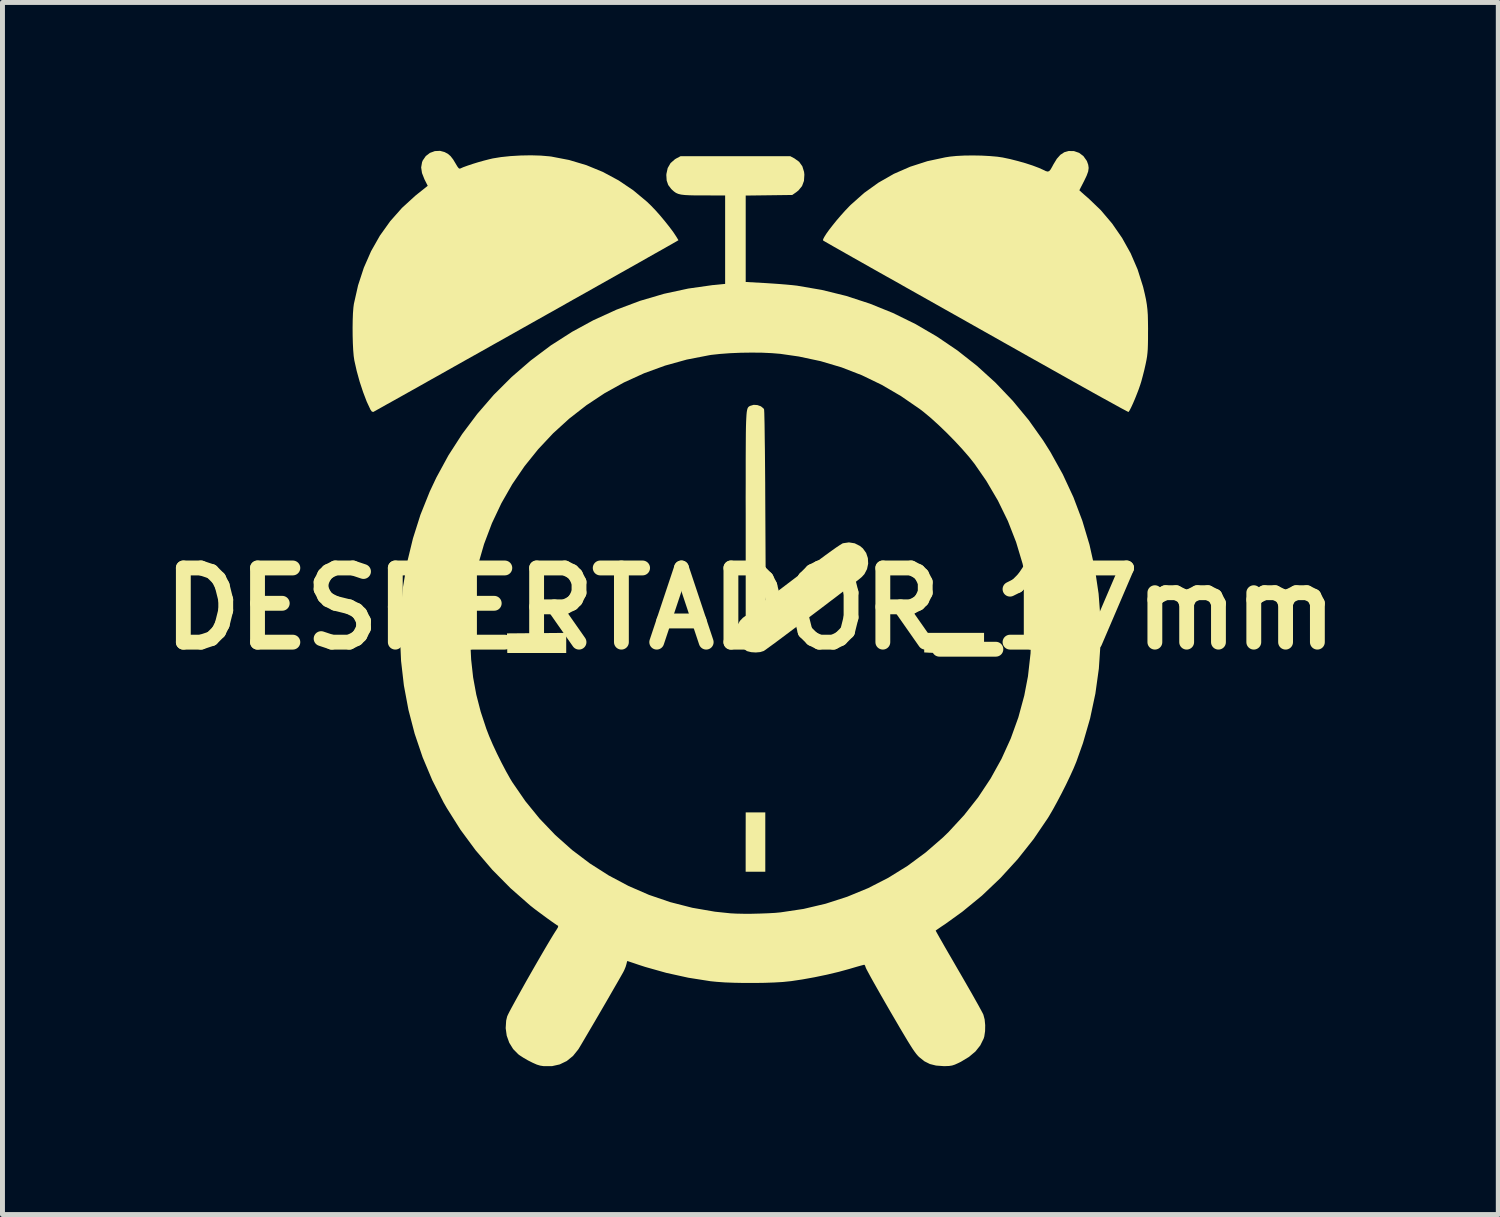
<source format=kicad_pcb>
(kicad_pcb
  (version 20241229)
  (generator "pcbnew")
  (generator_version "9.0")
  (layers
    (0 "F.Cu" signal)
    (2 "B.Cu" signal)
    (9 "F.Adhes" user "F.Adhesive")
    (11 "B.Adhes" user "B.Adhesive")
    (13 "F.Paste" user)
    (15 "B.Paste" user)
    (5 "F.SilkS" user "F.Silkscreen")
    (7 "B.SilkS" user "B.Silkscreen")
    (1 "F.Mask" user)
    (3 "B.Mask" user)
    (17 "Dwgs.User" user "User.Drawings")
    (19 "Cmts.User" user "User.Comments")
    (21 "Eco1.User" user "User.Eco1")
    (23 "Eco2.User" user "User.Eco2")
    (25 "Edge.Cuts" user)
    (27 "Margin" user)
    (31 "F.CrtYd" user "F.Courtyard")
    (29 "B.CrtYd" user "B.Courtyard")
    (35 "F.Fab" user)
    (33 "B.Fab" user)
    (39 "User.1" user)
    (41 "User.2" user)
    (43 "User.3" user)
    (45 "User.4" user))
  (footprint "DESPERTADOR_17mm"
    (layer "F.Cu")
    (at 12.121 9.255)
    (property "Reference" "DESPERTADOR_17mm" (at 0 0 0) (layer "F.SilkS") (effects (font (size 1.5 1.5) (thickness 0.3))))
    (attr board_only exclude_from_pos_files exclude_from_bom)
    (fp_poly (pts (xy 0.302 4.72) (xy 0.302 5.32) (xy 0.104 5.32) (xy -0.095 5.32) (xy -0.095 4.72) (xy -0.094 4.12) (xy 0.104 4.12) (xy 0.302 4.12)) (stroke (width 0) (type solid)) (fill yes) (layer "F.SilkS"))
    (fp_poly (pts (xy 4.725 0.695) (xy 4.725 0.898) (xy 4.229 0.898) (xy 4.089 0.897) (xy 3.956 0.897) (xy 3.835 0.896) (xy 3.735 0.895) (xy 3.66 0.893) (xy 3.624 0.892) (xy 3.515 0.886) (xy 3.515 0.689) (xy 3.515 0.491) (xy 4.12 0.491) (xy 4.725 0.491)) (stroke (width 0) (type solid)) (fill yes) (layer "F.SilkS"))
    (fp_poly (pts (xy -3.723 0.694) (xy -3.723 0.898) (xy -4.318 0.898) (xy -4.464 0.898) (xy -4.597 0.898) (xy -4.712 0.898) (xy -4.806 0.898) (xy -4.873 0.898) (xy -4.909 0.898) (xy -4.914 0.898) (xy -4.915 0.88) (xy -4.916 0.833) (xy -4.917 0.763) (xy -4.918 0.699) (xy -4.921 0.501) (xy -4.322 0.496) (xy -3.723 0.491)) (stroke (width 0) (type solid)) (fill yes) (layer "F.SilkS"))
    (fp_poly (pts (xy 0.143 -4.115) (xy 0.213 -4.09) (xy 0.265 -4.048) (xy 0.277 -4.029) (xy 0.279 -4.006) (xy 0.282 -3.948) (xy 0.284 -3.857) (xy 0.287 -3.736) (xy 0.289 -3.588) (xy 0.291 -3.414) (xy 0.294 -3.218) (xy 0.296 -3.003) (xy 0.298 -2.77) (xy 0.3 -2.522) (xy 0.301 -2.263) (xy 0.302 -2.083) (xy 0.312 -0.169) (xy 1.056 -0.734) (xy 1.227 -0.863) (xy 1.382 -0.979) (xy 1.52 -1.081) (xy 1.639 -1.167) (xy 1.736 -1.236) (xy 1.81 -1.285) (xy 1.857 -1.314) (xy 1.871 -1.321) (xy 1.993 -1.339) (xy 2.11 -1.32) (xy 2.217 -1.266) (xy 2.275 -1.217) (xy 2.341 -1.126) (xy 2.376 -1.021) (xy 2.382 -0.909) (xy 2.359 -0.799) (xy 2.307 -0.699) (xy 2.255 -0.641) (xy 2.226 -0.616) (xy 2.171 -0.572) (xy 2.092 -0.511) (xy 1.993 -0.435) (xy 1.877 -0.347) (xy 1.748 -0.248) (xy 1.608 -0.142) (xy 1.461 -0.03) (xy 1.31 0.084) (xy 1.158 0.199) (xy 1.008 0.311) (xy 0.863 0.42) (xy 0.727 0.522) (xy 0.603 0.615) (xy 0.494 0.696) (xy 0.402 0.763) (xy 0.332 0.814) (xy 0.287 0.846) (xy 0.27 0.857) (xy 0.2 0.879) (xy 0.11 0.887) (xy 0.018 0.881) (xy -0.059 0.862) (xy -0.072 0.857) (xy -0.154 0.798) (xy -0.222 0.716) (xy -0.271 0.619) (xy -0.296 0.519) (xy -0.292 0.431) (xy -0.26 0.333) (xy -0.21 0.247) (xy -0.151 0.186) (xy -0.094 0.144) (xy -0.094 -1.913) (xy -0.095 -2.243) (xy -0.094 -2.537) (xy -0.094 -2.797) (xy -0.094 -3.026) (xy -0.093 -3.225) (xy -0.092 -3.397) (xy -0.091 -3.544) (xy -0.089 -3.668) (xy -0.086 -3.77) (xy -0.082 -3.854) (xy -0.078 -3.921) (xy -0.073 -3.973) (xy -0.066 -4.012) (xy -0.059 -4.041) (xy -0.05 -4.061) (xy -0.04 -4.075) (xy -0.029 -4.085) (xy -0.016 -4.093) (xy -0.002 -4.1) (xy -0.001 -4.1) (xy 0.067 -4.12)) (stroke (width 0) (type solid)) (fill yes) (layer "F.SilkS"))
    (fp_poly (pts (xy -6.184 -9.231) (xy -6.117 -9.196) (xy -6.062 -9.149) (xy -6.009 -9.081) (xy -5.961 -9.001) (xy -5.924 -8.939) (xy -5.898 -8.905) (xy -5.878 -8.895) (xy -5.862 -8.899) (xy -5.806 -8.924) (xy -5.721 -8.955) (xy -5.617 -8.99) (xy -5.503 -9.025) (xy -5.386 -9.058) (xy -5.276 -9.086) (xy -5.208 -9.102) (xy -5.042 -9.129) (xy -4.85 -9.149) (xy -4.644 -9.161) (xy -4.436 -9.165) (xy -4.237 -9.159) (xy -4.059 -9.144) (xy -4.022 -9.139) (xy -3.664 -9.07) (xy -3.316 -8.966) (xy -2.983 -8.829) (xy -2.665 -8.658) (xy -2.367 -8.457) (xy -2.09 -8.226) (xy -2.002 -8.141) (xy -1.916 -8.051) (xy -1.823 -7.946) (xy -1.728 -7.832) (xy -1.638 -7.719) (xy -1.56 -7.615) (xy -1.501 -7.526) (xy -1.488 -7.505) (xy -1.454 -7.448) (xy -1.582 -7.374) (xy -1.623 -7.351) (xy -1.694 -7.311) (xy -1.792 -7.255) (xy -1.915 -7.186) (xy -2.062 -7.103) (xy -2.231 -7.007) (xy -2.419 -6.901) (xy -2.624 -6.786) (xy -2.845 -6.661) (xy -3.08 -6.529) (xy -3.326 -6.39) (xy -3.582 -6.247) (xy -3.845 -6.098) (xy -4.114 -5.947) (xy -4.386 -5.794) (xy -4.66 -5.64) (xy -4.933 -5.486) (xy -5.204 -5.334) (xy -5.47 -5.184) (xy -5.731 -5.038) (xy -5.982 -4.897) (xy -6.223 -4.761) (xy -6.452 -4.633) (xy -6.666 -4.512) (xy -6.864 -4.401) (xy -7.044 -4.3) (xy -7.203 -4.211) (xy -7.34 -4.135) (xy -7.452 -4.072) (xy -7.538 -4.024) (xy -7.595 -3.992) (xy -7.622 -3.977) (xy -7.624 -3.976) (xy -7.653 -3.984) (xy -7.681 -4.023) (xy -7.757 -4.186) (xy -7.83 -4.378) (xy -7.899 -4.587) (xy -7.959 -4.805) (xy -8.007 -5.018) (xy -8.02 -5.108) (xy -8.03 -5.228) (xy -8.037 -5.368) (xy -8.041 -5.521) (xy -8.042 -5.678) (xy -8.04 -5.829) (xy -8.035 -5.968) (xy -8.026 -6.085) (xy -8.016 -6.161) (xy -7.931 -6.537) (xy -7.815 -6.892) (xy -7.668 -7.227) (xy -7.49 -7.541) (xy -7.282 -7.832) (xy -7.044 -8.101) (xy -6.776 -8.346) (xy -6.718 -8.393) (xy -6.523 -8.548) (xy -6.589 -8.679) (xy -6.639 -8.806) (xy -6.656 -8.92) (xy -6.638 -9.024) (xy -6.624 -9.06) (xy -6.562 -9.15) (xy -6.478 -9.214) (xy -6.379 -9.25) (xy -6.274 -9.255)) (stroke (width 0) (type solid)) (fill yes) (layer "F.SilkS"))
    (fp_poly (pts (xy 6.544 -9.25) (xy 6.646 -9.215) (xy 6.733 -9.15) (xy 6.798 -9.059) (xy 6.806 -9.044) (xy 6.831 -8.974) (xy 6.84 -8.909) (xy 6.83 -8.838) (xy 6.8 -8.755) (xy 6.75 -8.65) (xy 6.747 -8.644) (xy 6.709 -8.57) (xy 6.678 -8.51) (xy 6.658 -8.47) (xy 6.652 -8.458) (xy 6.666 -8.445) (xy 6.703 -8.411) (xy 6.757 -8.363) (xy 6.824 -8.305) (xy 6.833 -8.298) (xy 7.086 -8.055) (xy 7.314 -7.786) (xy 7.516 -7.494) (xy 7.689 -7.184) (xy 7.829 -6.859) (xy 7.935 -6.524) (xy 7.944 -6.492) (xy 7.975 -6.362) (xy 7.999 -6.251) (xy 8.016 -6.149) (xy 8.028 -6.047) (xy 8.036 -5.937) (xy 8.039 -5.811) (xy 8.041 -5.658) (xy 8.04 -5.594) (xy 8.04 -5.451) (xy 8.038 -5.337) (xy 8.035 -5.246) (xy 8.029 -5.169) (xy 8.021 -5.099) (xy 8.009 -5.028) (xy 7.993 -4.949) (xy 7.989 -4.931) (xy 7.964 -4.82) (xy 7.934 -4.703) (xy 7.905 -4.595) (xy 7.883 -4.525) (xy 7.852 -4.435) (xy 7.815 -4.339) (xy 7.776 -4.241) (xy 7.737 -4.15) (xy 7.701 -4.072) (xy 7.671 -4.013) (xy 7.65 -3.98) (xy 7.645 -3.976) (xy 7.626 -3.984) (xy 7.577 -4.01) (xy 7.498 -4.052) (xy 7.393 -4.11) (xy 7.264 -4.181) (xy 7.111 -4.265) (xy 6.938 -4.361) (xy 6.747 -4.468) (xy 6.539 -4.584) (xy 6.317 -4.709) (xy 6.082 -4.841) (xy 5.837 -4.979) (xy 5.679 -5.067) (xy 5.401 -5.224) (xy 5.113 -5.386) (xy 4.819 -5.552) (xy 4.524 -5.718) (xy 4.232 -5.883) (xy 3.945 -6.044) (xy 3.669 -6.2) (xy 3.406 -6.348) (xy 3.162 -6.485) (xy 2.94 -6.611) (xy 2.743 -6.721) (xy 2.608 -6.797) (xy 2.418 -6.904) (xy 2.238 -7.006) (xy 2.071 -7.1) (xy 1.918 -7.187) (xy 1.784 -7.263) (xy 1.669 -7.328) (xy 1.579 -7.38) (xy 1.514 -7.417) (xy 1.477 -7.439) (xy 1.47 -7.443) (xy 1.471 -7.467) (xy 1.495 -7.514) (xy 1.537 -7.581) (xy 1.595 -7.662) (xy 1.666 -7.753) (xy 1.745 -7.851) (xy 1.83 -7.95) (xy 1.917 -8.047) (xy 2.003 -8.137) (xy 2.027 -8.161) (xy 2.299 -8.403) (xy 2.59 -8.612) (xy 2.901 -8.79) (xy 3.231 -8.934) (xy 3.578 -9.046) (xy 3.942 -9.124) (xy 4.037 -9.139) (xy 4.17 -9.152) (xy 4.328 -9.16) (xy 4.499 -9.162) (xy 4.674 -9.159) (xy 4.841 -9.15) (xy 4.991 -9.137) (xy 5.1 -9.121) (xy 5.251 -9.089) (xy 5.409 -9.049) (xy 5.564 -9.005) (xy 5.708 -8.958) (xy 5.832 -8.911) (xy 5.913 -8.875) (xy 5.97 -8.847) (xy 6.01 -8.836) (xy 6.041 -8.845) (xy 6.07 -8.878) (xy 6.105 -8.939) (xy 6.126 -8.979) (xy 6.196 -9.094) (xy 6.268 -9.175) (xy 6.347 -9.227) (xy 6.435 -9.252)) (stroke (width 0) (type solid)) (fill yes) (layer "F.SilkS"))
    (fp_poly (pts (xy 0.89 -9.103) (xy 0.986 -9.034) (xy 1.051 -8.943) (xy 1.086 -8.83) (xy 1.092 -8.773) (xy 1.084 -8.648) (xy 1.045 -8.543) (xy 0.973 -8.455) (xy 0.928 -8.419) (xy 0.847 -8.363) (xy 0.376 -8.357) (xy -0.094 -8.351) (xy -0.094 -7.477) (xy -0.094 -6.604) (xy 0.317 -6.581) (xy 0.455 -6.572) (xy 0.596 -6.562) (xy 0.73 -6.551) (xy 0.848 -6.54) (xy 0.938 -6.53) (xy 0.945 -6.529) (xy 1.446 -6.443) (xy 1.938 -6.322) (xy 2.418 -6.165) (xy 2.885 -5.976) (xy 3.337 -5.754) (xy 3.771 -5.501) (xy 4.187 -5.219) (xy 4.582 -4.908) (xy 4.955 -4.569) (xy 5.303 -4.204) (xy 5.625 -3.815) (xy 5.919 -3.401) (xy 6.065 -3.169) (xy 6.316 -2.717) (xy 6.532 -2.252) (xy 6.712 -1.776) (xy 6.857 -1.291) (xy 6.967 -0.799) (xy 7.041 -0.3) (xy 7.079 0.202) (xy 7.08 0.707) (xy 7.046 1.213) (xy 6.976 1.718) (xy 6.869 2.221) (xy 6.725 2.719) (xy 6.591 3.096) (xy 6.536 3.229) (xy 6.465 3.385) (xy 6.384 3.555) (xy 6.295 3.731) (xy 6.205 3.902) (xy 6.118 4.061) (xy 6.038 4.198) (xy 6.016 4.234) (xy 5.726 4.661) (xy 5.405 5.066) (xy 5.057 5.447) (xy 4.683 5.803) (xy 4.284 6.13) (xy 3.941 6.377) (xy 3.867 6.426) (xy 3.806 6.468) (xy 3.764 6.497) (xy 3.747 6.509) (xy 3.747 6.509) (xy 3.755 6.526) (xy 3.78 6.572) (xy 3.821 6.645) (xy 3.876 6.741) (xy 3.942 6.857) (xy 4.019 6.99) (xy 4.104 7.136) (xy 4.195 7.294) (xy 4.208 7.316) (xy 4.302 7.478) (xy 4.391 7.633) (xy 4.474 7.777) (xy 4.547 7.907) (xy 4.61 8.019) (xy 4.659 8.109) (xy 4.694 8.174) (xy 4.712 8.211) (xy 4.712 8.212) (xy 4.737 8.307) (xy 4.748 8.422) (xy 4.746 8.542) (xy 4.73 8.65) (xy 4.717 8.693) (xy 4.649 8.831) (xy 4.551 8.954) (xy 4.42 9.064) (xy 4.256 9.163) (xy 4.201 9.19) (xy 4.134 9.22) (xy 4.078 9.238) (xy 4.02 9.247) (xy 3.946 9.25) (xy 3.903 9.25) (xy 3.754 9.239) (xy 3.63 9.208) (xy 3.52 9.153) (xy 3.415 9.069) (xy 3.41 9.065) (xy 3.384 9.038) (xy 3.355 9.004) (xy 3.322 8.96) (xy 3.283 8.904) (xy 3.237 8.832) (xy 3.181 8.742) (xy 3.114 8.63) (xy 3.033 8.494) (xy 2.938 8.331) (xy 2.825 8.138) (xy 2.824 8.136) (xy 2.73 7.973) (xy 2.641 7.818) (xy 2.56 7.675) (xy 2.488 7.548) (xy 2.427 7.438) (xy 2.38 7.351) (xy 2.347 7.289) (xy 2.332 7.256) (xy 2.331 7.252) (xy 2.318 7.215) (xy 2.303 7.2) (xy 2.28 7.206) (xy 2.227 7.22) (xy 2.152 7.241) (xy 2.06 7.268) (xy 2.003 7.285) (xy 1.788 7.344) (xy 1.549 7.401) (xy 1.299 7.453) (xy 1.05 7.498) (xy 0.817 7.533) (xy 0.803 7.534) (xy 0.659 7.549) (xy 0.487 7.559) (xy 0.294 7.566) (xy 0.089 7.569) (xy -0.12 7.569) (xy -0.324 7.565) (xy -0.514 7.558) (xy -0.682 7.546) (xy -0.803 7.534) (xy -1.254 7.463) (xy -1.699 7.365) (xy -2.125 7.245) (xy -2.258 7.202) (xy -2.343 7.173) (xy -2.415 7.149) (xy -2.465 7.132) (xy -2.487 7.125) (xy -2.488 7.125) (xy -2.494 7.141) (xy -2.504 7.181) (xy -2.505 7.186) (xy -2.522 7.243) (xy -2.549 7.308) (xy -2.556 7.323) (xy -2.576 7.361) (xy -2.613 7.426) (xy -2.664 7.516) (xy -2.727 7.625) (xy -2.799 7.75) (xy -2.877 7.886) (xy -2.96 8.029) (xy -3.045 8.175) (xy -3.129 8.319) (xy -3.21 8.457) (xy -3.285 8.585) (xy -3.352 8.699) (xy -3.408 8.794) (xy -3.451 8.866) (xy -3.478 8.91) (xy -3.48 8.913) (xy -3.586 9.045) (xy -3.712 9.147) (xy -3.855 9.216) (xy -4.011 9.251) (xy -4.177 9.251) (xy -4.249 9.24) (xy -4.316 9.22) (xy -4.402 9.182) (xy -4.497 9.134) (xy -4.59 9.08) (xy -4.671 9.027) (xy -4.693 9.01) (xy -4.796 8.905) (xy -4.875 8.777) (xy -4.926 8.634) (xy -4.947 8.482) (xy -4.937 8.329) (xy -4.917 8.246) (xy -4.902 8.212) (xy -4.87 8.148) (xy -4.823 8.06) (xy -4.764 7.952) (xy -4.695 7.827) (xy -4.618 7.689) (xy -4.536 7.542) (xy -4.45 7.391) (xy -4.363 7.239) (xy -4.277 7.09) (xy -4.195 6.949) (xy -4.119 6.819) (xy -4.05 6.703) (xy -3.992 6.607) (xy -3.947 6.535) (xy -3.925 6.502) (xy -3.891 6.446) (xy -3.885 6.416) (xy -3.891 6.411) (xy -3.915 6.397) (xy -3.963 6.364) (xy -4.029 6.318) (xy -4.107 6.262) (xy -4.191 6.2) (xy -4.275 6.138) (xy -4.353 6.08) (xy -4.418 6.029) (xy -4.451 6.003) (xy -4.848 5.654) (xy -5.216 5.282) (xy -5.554 4.887) (xy -5.861 4.471) (xy -6.137 4.033) (xy -6.201 3.922) (xy -6.431 3.47) (xy -6.626 3.006) (xy -6.787 2.53) (xy -6.913 2.046) (xy -7.005 1.554) (xy -7.062 1.058) (xy -7.084 0.56) (xy -7.081 0.474) (xy -5.667 0.474) (xy -5.664 0.647) (xy -5.645 1.031) (xy -5.605 1.392) (xy -5.541 1.74) (xy -5.452 2.085) (xy -5.339 2.428) (xy -5.281 2.579) (xy -5.207 2.751) (xy -5.122 2.933) (xy -5.031 3.116) (xy -4.94 3.289) (xy -4.854 3.442) (xy -4.812 3.511) (xy -4.549 3.893) (xy -4.259 4.249) (xy -3.944 4.578) (xy -3.605 4.88) (xy -3.245 5.152) (xy -2.864 5.395) (xy -2.465 5.607) (xy -2.049 5.788) (xy -1.618 5.935) (xy -1.173 6.049) (xy -0.716 6.128) (xy -0.4 6.161) (xy -0.283 6.167) (xy -0.139 6.17) (xy 0.022 6.17) (xy 0.189 6.166) (xy 0.352 6.16) (xy 0.499 6.152) (xy 0.615 6.141) (xy 1.075 6.072) (xy 1.524 5.966) (xy 1.96 5.825) (xy 2.382 5.651) (xy 2.788 5.443) (xy 3.177 5.202) (xy 3.546 4.929) (xy 3.895 4.626) (xy 4.007 4.517) (xy 4.32 4.178) (xy 4.604 3.818) (xy 4.856 3.438) (xy 5.077 3.04) (xy 5.265 2.626) (xy 5.419 2.198) (xy 5.538 1.759) (xy 5.613 1.368) (xy 5.665 0.905) (xy 5.68 0.445) (xy 5.657 -0.012) (xy 5.599 -0.464) (xy 5.504 -0.908) (xy 5.373 -1.344) (xy 5.207 -1.77) (xy 5.005 -2.184) (xy 4.77 -2.584) (xy 4.531 -2.929) (xy 4.419 -3.07) (xy 4.284 -3.225) (xy 4.134 -3.387) (xy 3.975 -3.549) (xy 3.813 -3.705) (xy 3.656 -3.848) (xy 3.51 -3.97) (xy 3.43 -4.032) (xy 3.045 -4.297) (xy 2.654 -4.525) (xy 2.255 -4.718) (xy 1.845 -4.877) (xy 1.421 -5.003) (xy 0.98 -5.097) (xy 0.605 -5.151) (xy 0.435 -5.165) (xy 0.239 -5.174) (xy 0.026 -5.176) (xy -0.194 -5.173) (xy -0.41 -5.164) (xy -0.612 -5.149) (xy -0.789 -5.13) (xy -0.832 -5.123) (xy -1.285 -5.035) (xy -1.724 -4.913) (xy -2.149 -4.758) (xy -2.556 -4.572) (xy -2.945 -4.356) (xy -3.314 -4.112) (xy -3.662 -3.841) (xy -3.988 -3.544) (xy -4.289 -3.223) (xy -4.565 -2.88) (xy -4.814 -2.515) (xy -5.034 -2.13) (xy -5.225 -1.726) (xy -5.384 -1.305) (xy -5.51 -0.869) (xy -5.583 -0.529) (xy -5.616 -0.328) (xy -5.641 -0.137) (xy -5.657 0.053) (xy -5.665 0.253) (xy -5.667 0.474) (xy -7.081 0.474) (xy -7.071 0.061) (xy -7.023 -0.437) (xy -6.94 -0.931) (xy -6.822 -1.418) (xy -6.67 -1.898) (xy -6.482 -2.367) (xy -6.349 -2.649) (xy -6.104 -3.099) (xy -5.827 -3.529) (xy -5.521 -3.937) (xy -5.187 -4.323) (xy -4.826 -4.683) (xy -4.441 -5.016) (xy -4.033 -5.322) (xy -3.603 -5.597) (xy -3.177 -5.829) (xy -2.709 -6.043) (xy -2.232 -6.222) (xy -1.746 -6.365) (xy -1.255 -6.471) (xy -0.761 -6.541) (xy -0.743 -6.542) (xy -0.51 -6.565) (xy -0.51 -7.459) (xy -0.51 -8.353) (xy -0.95 -8.354) (xy -1.106 -8.354) (xy -1.23 -8.357) (xy -1.326 -8.362) (xy -1.401 -8.371) (xy -1.458 -8.385) (xy -1.504 -8.405) (xy -1.544 -8.433) (xy -1.583 -8.468) (xy -1.601 -8.486) (xy -1.661 -8.565) (xy -1.692 -8.655) (xy -1.699 -8.765) (xy -1.697 -8.79) (xy -1.671 -8.908) (xy -1.613 -9.008) (xy -1.525 -9.085) (xy -1.495 -9.103) (xy -1.411 -9.147) (xy -0.302 -9.147) (xy 0.807 -9.147)) (stroke (width 0) (type solid)) (fill yes) (layer "F.SilkS")))
  (gr_rect
    (start -3 -3)
    (end 27.243 21.506)
    (stroke (width 0.1) (type default))
    (fill no)
    (layer "Edge.Cuts")))
</source>
